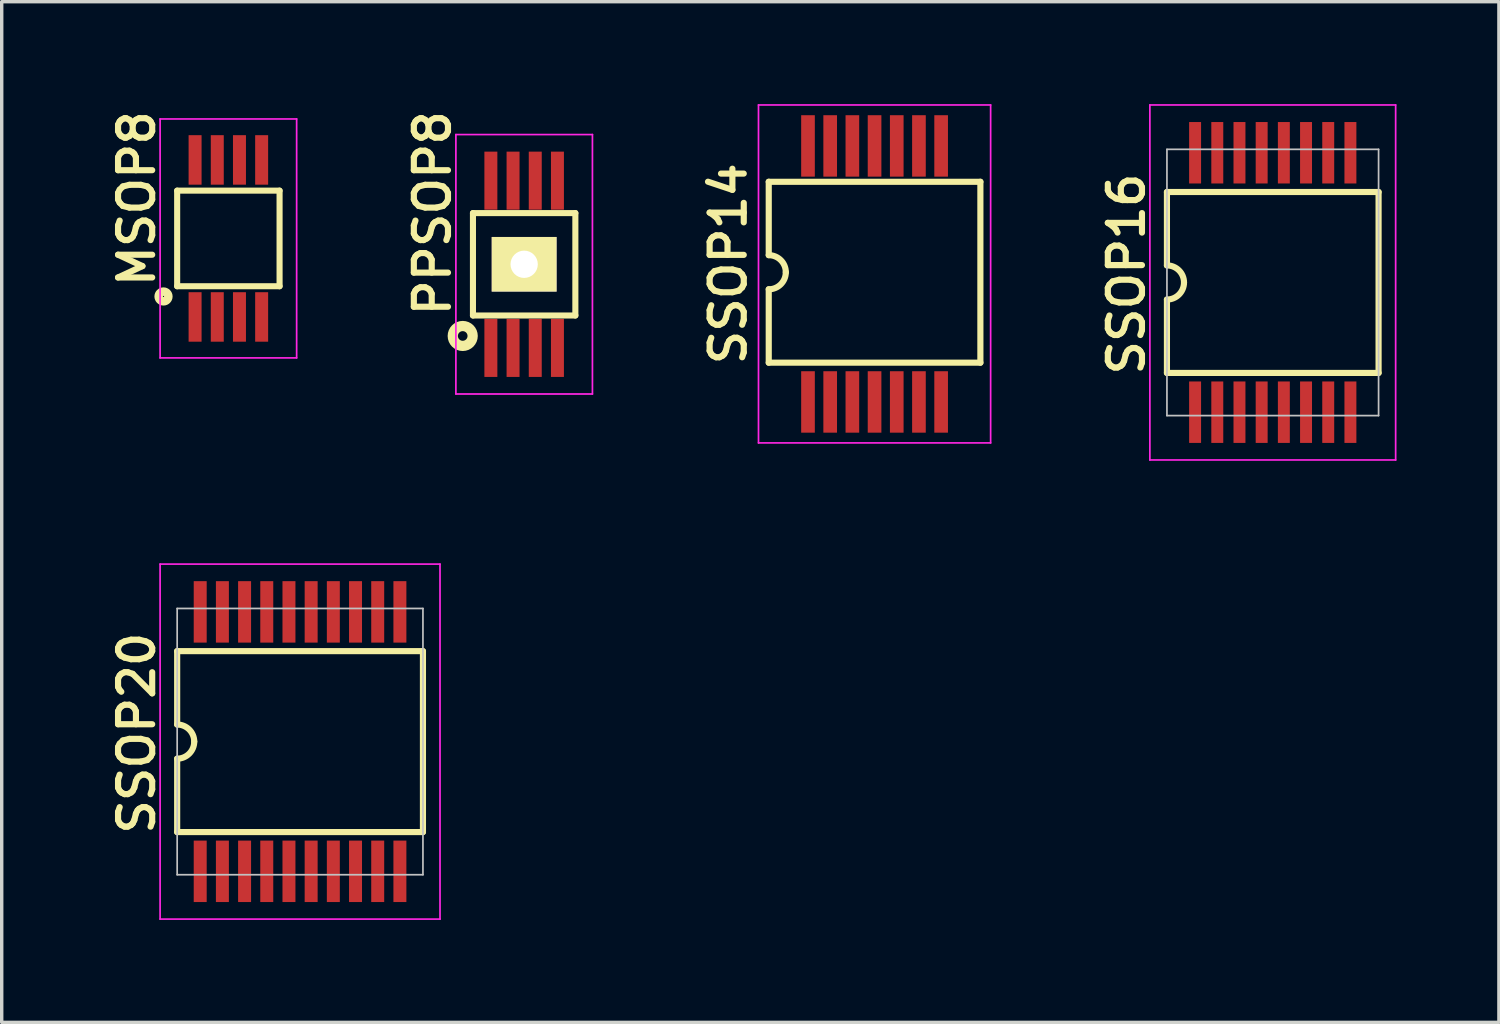
<source format=kicad_pcb>
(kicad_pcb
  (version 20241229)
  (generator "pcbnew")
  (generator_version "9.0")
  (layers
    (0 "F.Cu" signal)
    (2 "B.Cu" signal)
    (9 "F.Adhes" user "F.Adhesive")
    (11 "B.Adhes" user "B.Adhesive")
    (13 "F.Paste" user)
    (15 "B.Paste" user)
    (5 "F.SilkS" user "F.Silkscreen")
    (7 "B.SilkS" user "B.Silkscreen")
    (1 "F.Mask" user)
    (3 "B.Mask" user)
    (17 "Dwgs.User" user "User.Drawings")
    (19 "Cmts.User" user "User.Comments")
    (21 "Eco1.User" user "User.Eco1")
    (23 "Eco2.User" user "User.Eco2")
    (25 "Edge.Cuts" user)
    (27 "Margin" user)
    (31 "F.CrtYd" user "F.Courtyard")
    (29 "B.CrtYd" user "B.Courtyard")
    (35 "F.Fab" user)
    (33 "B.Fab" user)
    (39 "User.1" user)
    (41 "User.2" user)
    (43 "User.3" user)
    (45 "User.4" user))
  (footprint "SSOP14"
    (layer "F.Cu")
    (at 22.57 4.925)
    (property "Reference" "SSOP14" (at -3.7 2.8 90) (layer "F.SilkS") (effects (font (size 1 1) (thickness 0.18)) (justify left bottom)))
    (attr through_hole)
    (fp_line (start -3.1 -2.65) (end 3.1 -2.65) (stroke (width 0.18) (type solid)) (layer "F.SilkS"))
    (fp_line (start -3.1 -0.5) (end -3.1 -2.65) (stroke (width 0.18) (type solid)) (layer "F.SilkS"))
    (fp_line (start -3.1 0.5) (end -3.1 2.65) (stroke (width 0.18) (type solid)) (layer "F.SilkS"))
    (fp_line (start 3.1 -2.65) (end 3.1 2.65) (stroke (width 0.18) (type solid)) (layer "F.SilkS"))
    (fp_line (start 3.1 2.65) (end -3.1 2.65) (stroke (width 0.18) (type solid)) (layer "F.SilkS"))
    (fp_arc (start -3.1 -0.5) (mid -2.746447 -0.353553) (end -2.6 0) (stroke (width 0.18) (type solid)) (layer "F.SilkS"))
    (fp_arc (start -2.6 0) (mid -2.746447 0.353553) (end -3.1 0.5) (stroke (width 0.18) (type solid)) (layer "F.SilkS"))
    (fp_line (start -3.4 -4.9) (end 3.4 -4.9) (stroke (width 0.05) (type solid)) (layer "F.CrtYd"))
    (fp_line (start -3.4 5) (end -3.4 -4.9) (stroke (width 0.05) (type solid)) (layer "F.CrtYd"))
    (fp_line (start 3.4 -4.9) (end 3.4 5) (stroke (width 0.05) (type solid)) (layer "F.CrtYd"))
    (fp_line (start 3.4 5) (end -3.4 5) (stroke (width 0.05) (type solid)) (layer "F.CrtYd"))
    (pad "1" smd rect (at -1.95 3.8) (size 0.4 1.8) (layers "F.Cu" "F.Mask" "F.Paste"))
    (pad "2" smd rect (at -1.3 3.8) (size 0.4 1.8) (layers "F.Cu" "F.Mask" "F.Paste"))
    (pad "3" smd rect (at -0.65 3.8) (size 0.4 1.8) (layers "F.Cu" "F.Mask" "F.Paste"))
    (pad "4" smd rect (at 0 3.8) (size 0.4 1.8) (layers "F.Cu" "F.Mask" "F.Paste"))
    (pad "5" smd rect (at 0.65 3.8) (size 0.4 1.8) (layers "F.Cu" "F.Mask" "F.Paste"))
    (pad "6" smd rect (at 1.3 3.8) (size 0.4 1.8) (layers "F.Cu" "F.Mask" "F.Paste"))
    (pad "7" smd rect (at 1.95 3.8) (size 0.4 1.8) (layers "F.Cu" "F.Mask" "F.Paste"))
    (pad "8" smd rect (at 1.95 -3.7) (size 0.4 1.8) (layers "F.Cu" "F.Mask" "F.Paste"))
    (pad "9" smd rect (at 1.3 -3.7) (size 0.4 1.8) (layers "F.Cu" "F.Mask" "F.Paste"))
    (pad "10" smd rect (at 0.65 -3.7) (size 0.4 1.8) (layers "F.Cu" "F.Mask" "F.Paste"))
    (pad "11" smd rect (at 0 -3.7) (size 0.4 1.8) (layers "F.Cu" "F.Mask" "F.Paste"))
    (pad "12" smd rect (at -0.65 -3.7) (size 0.4 1.8) (layers "F.Cu" "F.Mask" "F.Paste"))
    (pad "13" smd rect (at -1.3 -3.7) (size 0.4 1.8) (layers "F.Cu" "F.Mask" "F.Paste"))
    (pad "14" smd rect (at -1.95 -3.7) (size 0.4 1.8) (layers "F.Cu" "F.Mask" "F.Paste")))
  (footprint "SSOP16"
    (layer "F.Cu")
    (at 34.235 5.225)
    (property "Reference" "SSOP16" (at -3.7 2.8 90) (layer "F.SilkS") (effects (font (size 1 1) (thickness 0.18)) (justify left bottom)))
    (attr through_hole)
    (fp_line (start -3.1 -2.65) (end 3.1 -2.65) (stroke (width 0.18) (type solid)) (layer "F.SilkS"))
    (fp_line (start -3.1 -0.5) (end -3.1 -2.65) (stroke (width 0.18) (type solid)) (layer "F.SilkS"))
    (fp_line (start -3.1 0.5) (end -3.1 2.65) (stroke (width 0.18) (type solid)) (layer "F.SilkS"))
    (fp_line (start 3.1 -2.65) (end 3.1 2.65) (stroke (width 0.18) (type solid)) (layer "F.SilkS"))
    (fp_line (start 3.1 2.65) (end -3.1 2.65) (stroke (width 0.18) (type solid)) (layer "F.SilkS"))
    (fp_arc (start -3.1 -0.5) (mid -2.746447 -0.353553) (end -2.6 0) (stroke (width 0.18) (type solid)) (layer "F.SilkS"))
    (fp_arc (start -2.6 0) (mid -2.746447 0.353553) (end -3.1 0.5) (stroke (width 0.18) (type solid)) (layer "F.SilkS"))
    (fp_line (start -3.1 -3.9) (end 3.1 -3.9) (stroke (width 0.05) (type solid)) (layer "Dwgs.User"))
    (fp_line (start -3.1 3.9) (end -3.1 -3.9) (stroke (width 0.05) (type solid)) (layer "Dwgs.User"))
    (fp_line (start 3.1 -3.9) (end 3.1 3.9) (stroke (width 0.05) (type solid)) (layer "Dwgs.User"))
    (fp_line (start 3.1 3.9) (end -3.1 3.9) (stroke (width 0.05) (type solid)) (layer "Dwgs.User"))
    (fp_line (start -3.6 -5.2) (end 3.6 -5.2) (stroke (width 0.05) (type solid)) (layer "F.CrtYd"))
    (fp_line (start -3.6 5.2) (end -3.6 -5.2) (stroke (width 0.05) (type solid)) (layer "F.CrtYd"))
    (fp_line (start 3.6 -5.2) (end 3.6 5.2) (stroke (width 0.05) (type solid)) (layer "F.CrtYd"))
    (fp_line (start 3.6 5.2) (end -3.6 5.2) (stroke (width 0.05) (type solid)) (layer "F.CrtYd"))
    (pad "1" smd rect (at -2.275 3.8) (size 0.35 1.8) (layers "F.Cu" "F.Mask" "F.Paste"))
    (pad "2" smd rect (at -1.625 3.8) (size 0.35 1.8) (layers "F.Cu" "F.Mask" "F.Paste"))
    (pad "3" smd rect (at -0.975 3.8) (size 0.35 1.8) (layers "F.Cu" "F.Mask" "F.Paste"))
    (pad "4" smd rect (at -0.325 3.8) (size 0.35 1.8) (layers "F.Cu" "F.Mask" "F.Paste"))
    (pad "5" smd rect (at 0.325 3.8) (size 0.35 1.8) (layers "F.Cu" "F.Mask" "F.Paste"))
    (pad "6" smd rect (at 0.975 3.8) (size 0.35 1.8) (layers "F.Cu" "F.Mask" "F.Paste"))
    (pad "7" smd rect (at 1.625 3.8) (size 0.35 1.8) (layers "F.Cu" "F.Mask" "F.Paste"))
    (pad "8" smd rect (at 2.275 3.8) (size 0.35 1.8) (layers "F.Cu" "F.Mask" "F.Paste"))
    (pad "9" smd rect (at 2.275 -3.8) (size 0.35 1.8) (layers "F.Cu" "F.Mask" "F.Paste"))
    (pad "10" smd rect (at 1.625 -3.8) (size 0.35 1.8) (layers "F.Cu" "F.Mask" "F.Paste"))
    (pad "11" smd rect (at 0.975 -3.8) (size 0.35 1.8) (layers "F.Cu" "F.Mask" "F.Paste"))
    (pad "12" smd rect (at 0.325 -3.8) (size 0.35 1.8) (layers "F.Cu" "F.Mask" "F.Paste"))
    (pad "13" smd rect (at -0.325 -3.8) (size 0.35 1.8) (layers "F.Cu" "F.Mask" "F.Paste"))
    (pad "14" smd rect (at -0.975 -3.8) (size 0.35 1.8) (layers "F.Cu" "F.Mask" "F.Paste"))
    (pad "15" smd rect (at -1.625 -3.8) (size 0.35 1.8) (layers "F.Cu" "F.Mask" "F.Paste"))
    (pad "16" smd rect (at -2.275 -3.8) (size 0.35 1.8) (layers "F.Cu" "F.Mask" "F.Paste")))
  (footprint "SSOP20"
    (layer "F.Cu")
    (at 5.74 18.675)
    (property "Reference" "SSOP20" (at -4.2 2.8 90) (layer "F.SilkS") (effects (font (size 1 1) (thickness 0.18)) (justify left bottom)))
    (attr through_hole)
    (fp_line (start -3.6 -2.65) (end 3.6 -2.65) (stroke (width 0.18) (type solid)) (layer "F.SilkS"))
    (fp_line (start -3.6 -0.5) (end -3.6 -2.65) (stroke (width 0.18) (type solid)) (layer "F.SilkS"))
    (fp_line (start -3.6 0.5) (end -3.6 2.65) (stroke (width 0.18) (type solid)) (layer "F.SilkS"))
    (fp_line (start 3.6 -2.65) (end 3.6 2.65) (stroke (width 0.18) (type solid)) (layer "F.SilkS"))
    (fp_line (start 3.6 2.65) (end -3.6 2.65) (stroke (width 0.18) (type solid)) (layer "F.SilkS"))
    (fp_arc (start -3.6 -0.5) (mid -3.246447 -0.353553) (end -3.1 0) (stroke (width 0.18) (type solid)) (layer "F.SilkS"))
    (fp_arc (start -3.1 0) (mid -3.246447 0.353553) (end -3.6 0.5) (stroke (width 0.18) (type solid)) (layer "F.SilkS"))
    (fp_line (start -3.6 -3.9) (end 3.6 -3.9) (stroke (width 0.05) (type solid)) (layer "Dwgs.User"))
    (fp_line (start -3.6 3.9) (end -3.6 -3.9) (stroke (width 0.05) (type solid)) (layer "Dwgs.User"))
    (fp_line (start 3.6 -3.9) (end 3.6 3.9) (stroke (width 0.05) (type solid)) (layer "Dwgs.User"))
    (fp_line (start 3.6 3.9) (end -3.6 3.9) (stroke (width 0.05) (type solid)) (layer "Dwgs.User"))
    (fp_line (start -4.1 -5.2) (end 4.1 -5.2) (stroke (width 0.05) (type solid)) (layer "F.CrtYd"))
    (fp_line (start -4.1 5.2) (end -4.1 -5.2) (stroke (width 0.05) (type solid)) (layer "F.CrtYd"))
    (fp_line (start 4.1 -5.2) (end 4.1 5.2) (stroke (width 0.05) (type solid)) (layer "F.CrtYd"))
    (fp_line (start 4.1 5.2) (end -4.1 5.2) (stroke (width 0.05) (type solid)) (layer "F.CrtYd"))
    (pad "1" smd rect (at -2.925 3.8) (size 0.38 1.8) (layers "F.Cu" "F.Mask" "F.Paste"))
    (pad "2" smd rect (at -2.275 3.8) (size 0.38 1.8) (layers "F.Cu" "F.Mask" "F.Paste"))
    (pad "3" smd rect (at -1.625 3.8) (size 0.38 1.8) (layers "F.Cu" "F.Mask" "F.Paste"))
    (pad "4" smd rect (at -0.975 3.8) (size 0.38 1.8) (layers "F.Cu" "F.Mask" "F.Paste"))
    (pad "5" smd rect (at -0.325 3.8) (size 0.38 1.8) (layers "F.Cu" "F.Mask" "F.Paste"))
    (pad "6" smd rect (at 0.325 3.8) (size 0.38 1.8) (layers "F.Cu" "F.Mask" "F.Paste"))
    (pad "7" smd rect (at 0.975 3.8) (size 0.38 1.8) (layers "F.Cu" "F.Mask" "F.Paste"))
    (pad "8" smd rect (at 1.625 3.8) (size 0.38 1.8) (layers "F.Cu" "F.Mask" "F.Paste"))
    (pad "9" smd rect (at 2.275 3.8) (size 0.38 1.8) (layers "F.Cu" "F.Mask" "F.Paste"))
    (pad "10" smd rect (at 2.925 3.8) (size 0.38 1.8) (layers "F.Cu" "F.Mask" "F.Paste"))
    (pad "11" smd rect (at 2.925 -3.8) (size 0.38 1.8) (layers "F.Cu" "F.Mask" "F.Paste"))
    (pad "12" smd rect (at 2.275 -3.8) (size 0.38 1.8) (layers "F.Cu" "F.Mask" "F.Paste"))
    (pad "13" smd rect (at 1.625 -3.8) (size 0.38 1.8) (layers "F.Cu" "F.Mask" "F.Paste"))
    (pad "14" smd rect (at 0.975 -3.8) (size 0.38 1.8) (layers "F.Cu" "F.Mask" "F.Paste"))
    (pad "15" smd rect (at 0.325 -3.8) (size 0.38 1.8) (layers "F.Cu" "F.Mask" "F.Paste"))
    (pad "16" smd rect (at -0.325 -3.8) (size 0.38 1.8) (layers "F.Cu" "F.Mask" "F.Paste"))
    (pad "17" smd rect (at -0.975 -3.8) (size 0.38 1.8) (layers "F.Cu" "F.Mask" "F.Paste"))
    (pad "18" smd rect (at -1.625 -3.8) (size 0.38 1.8) (layers "F.Cu" "F.Mask" "F.Paste"))
    (pad "19" smd rect (at -2.275 -3.8) (size 0.38 1.8) (layers "F.Cu" "F.Mask" "F.Paste"))
    (pad "20" smd rect (at -2.925 -3.8) (size 0.38 1.8) (layers "F.Cu" "F.Mask" "F.Paste")))
  (footprint "MSOP8"
    (layer "F.Cu")
    (at 3.64 3.935)
    (property "Reference" "MSOP8" (at -2.1 1.5 90) (layer "F.SilkS") (effects (font (size 1 1) (thickness 0.18)) (justify left bottom)))
    (attr through_hole)
    (fp_line (start -1.5 -1.4) (end -1.5 1.4) (stroke (width 0.178) (type solid)) (layer "F.SilkS"))
    (fp_line (start -1.5 1.4) (end 1.5 1.4) (stroke (width 0.178) (type solid)) (layer "F.SilkS"))
    (fp_line (start 1.5 -1.4) (end -1.5 -1.4) (stroke (width 0.178) (type solid)) (layer "F.SilkS"))
    (fp_line (start 1.5 1.4) (end 1.5 -1.4) (stroke (width 0.178) (type solid)) (layer "F.SilkS"))
    (fp_circle (center -1.9 1.7) (end -1.8 1.8) (stroke (width 0.25) (type solid)) (fill no) (layer "F.SilkS"))
    (fp_line (start -2 -3.5) (end 2 -3.5) (stroke (width 0.05) (type solid)) (layer "F.CrtYd"))
    (fp_line (start -2 3.5) (end -2 -3.5) (stroke (width 0.05) (type solid)) (layer "F.CrtYd"))
    (fp_line (start 2 -3.5) (end 2 3.5) (stroke (width 0.05) (type solid)) (layer "F.CrtYd"))
    (fp_line (start 2 3.5) (end -2 3.5) (stroke (width 0.05) (type solid)) (layer "F.CrtYd"))
    (pad "1" smd rect (at -0.975 2.3 270) (size 1.45 0.38) (layers "F.Cu" "F.Mask" "F.Paste"))
    (pad "2" smd rect (at -0.325 2.3 270) (size 1.45 0.38) (layers "F.Cu" "F.Mask" "F.Paste"))
    (pad "3" smd rect (at 0.325 2.3 270) (size 1.45 0.38) (layers "F.Cu" "F.Mask" "F.Paste"))
    (pad "4" smd rect (at 0.975 2.3 270) (size 1.45 0.38) (layers "F.Cu" "F.Mask" "F.Paste"))
    (pad "5" smd rect (at 0.975 -2.3 270) (size 1.45 0.38) (layers "F.Cu" "F.Mask" "F.Paste"))
    (pad "6" smd rect (at 0.325 -2.3 270) (size 1.45 0.38) (layers "F.Cu" "F.Mask" "F.Paste"))
    (pad "7" smd rect (at -0.325 -2.3 270) (size 1.45 0.38) (layers "F.Cu" "F.Mask" "F.Paste"))
    (pad "8" smd rect (at -0.975 -2.3 270) (size 1.45 0.38) (layers "F.Cu" "F.Mask" "F.Paste")))
  (footprint "PPSOP8"
    (layer "F.Cu")
    (at 12.305 4.692)
    (property "Reference" "PPSOP8" (at -2.1 1.6 90) (layer "F.SilkS") (effects (font (size 1 1) (thickness 0.18)) (justify left bottom)))
    (attr through_hole)
    (fp_line (start -1.5 -1.5) (end -1.5 1.5) (stroke (width 0.178) (type solid)) (layer "F.SilkS"))
    (fp_line (start -1.5 1.5) (end 1.5 1.5) (stroke (width 0.178) (type solid)) (layer "F.SilkS"))
    (fp_line (start 1.5 -1.5) (end -1.5 -1.5) (stroke (width 0.178) (type solid)) (layer "F.SilkS"))
    (fp_line (start 1.5 1.5) (end 1.5 -1.5) (stroke (width 0.178) (type solid)) (layer "F.SilkS"))
    (fp_circle (center -1.8 2.1) (end -1.7 2.2) (stroke (width 0.3) (type solid)) (fill no) (layer "F.SilkS"))
    (fp_line (start -2 -3.8) (end 2 -3.8) (stroke (width 0.05) (type solid)) (layer "F.CrtYd"))
    (fp_line (start -2 3.8) (end -2 -3.8) (stroke (width 0.05) (type solid)) (layer "F.CrtYd"))
    (fp_line (start 2 -3.8) (end 2 3.8) (stroke (width 0.05) (type solid)) (layer "F.CrtYd"))
    (fp_line (start 2 3.8) (end -2 3.8) (stroke (width 0.05) (type solid)) (layer "F.CrtYd"))
    (pad "1" smd rect (at -0.975 2.45 270) (size 1.7 0.38) (layers "F.Cu" "F.Mask" "F.Paste"))
    (pad "2" smd rect (at -0.325 2.45 270) (size 1.7 0.38) (layers "F.Cu" "F.Mask" "F.Paste"))
    (pad "3" smd rect (at 0.325 2.45 270) (size 1.7 0.38) (layers "F.Cu" "F.Mask" "F.Paste"))
    (pad "4" smd rect (at 0.975 2.45 270) (size 1.7 0.38) (layers "F.Cu" "F.Mask" "F.Paste"))
    (pad "5" smd rect (at 0.975 -2.45 270) (size 1.7 0.38) (layers "F.Cu" "F.Mask" "F.Paste"))
    (pad "6" smd rect (at 0.325 -2.45 270) (size 1.7 0.38) (layers "F.Cu" "F.Mask" "F.Paste"))
    (pad "7" smd rect (at -0.325 -2.45 270) (size 1.7 0.38) (layers "F.Cu" "F.Mask" "F.Paste"))
    (pad "8" smd rect (at -0.975 -2.45 270) (size 1.7 0.38) (layers "F.Cu" "F.Mask" "F.Paste"))
    (pad "EP" thru_hole rect (at 0 0) (size 1.9 1.6) (drill 0.8) (layers "*.Cu" "*.Mask" "F.SilkS")))
  (gr_rect
    (start -3 -3)
    (end 40.86 26.9)
    (stroke (width 0.1) (type default))
    (fill no)
    (layer "Edge.Cuts")))
</source>
